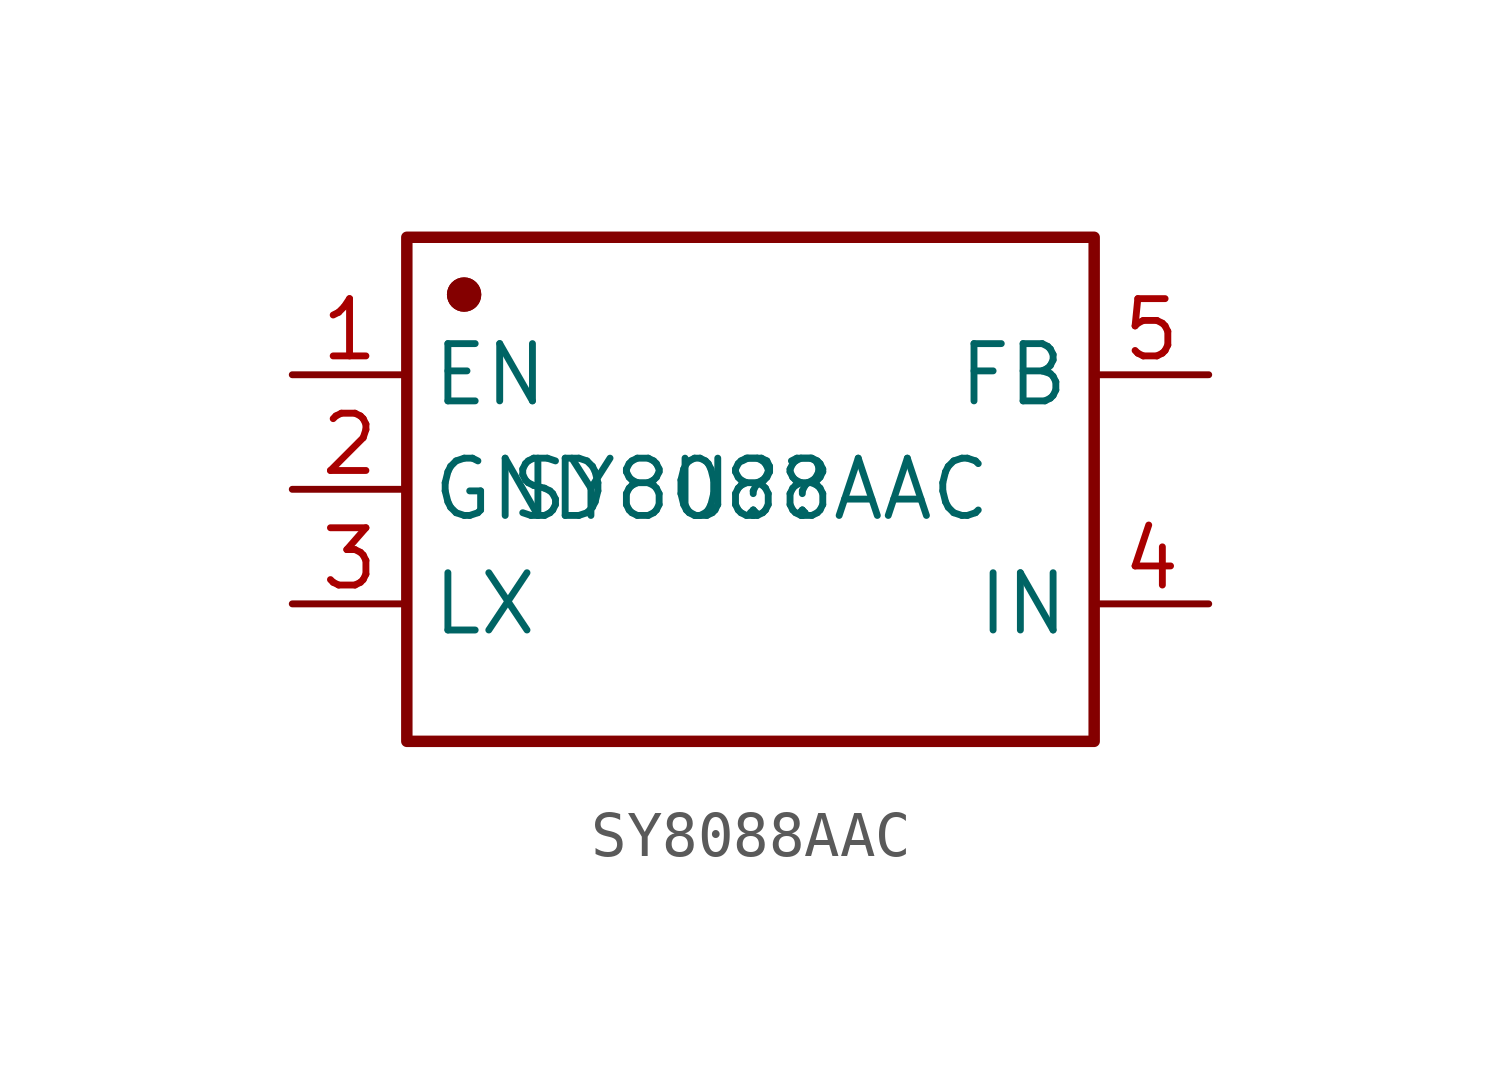
<source format=kicad_sym>
(kicad_symbol_lib
  (version 20241209)
  (generator "kicad_symbol_editor")
  (generator_version "9.0")
  (symbol "SY8088AAC"
    (property "Reference" "U?"
      (at 0 0 0)
      (effects (font (size 1.27 1.27))))
    (property "Value" "SY8088AAC"
      (at 0 0 0)
      (effects (font (size 1.27 1.27))))
    (symbol "SY8088AAC_0_0"
      (rectangle (start -7.62 5.588) (end 7.62 -5.588) (stroke (width 0.254) (type solid)) (fill (type none)))
      (circle (center -6.35 4.318) (radius 0.254) (stroke (width 0.254) (type solid)) (fill (type outline)))
      (circle (center -6.35 4.318) (radius 0.254) (stroke (width 0.254) (type solid)) (fill (type outline)))
      (pin unspecified line (at -10.16 2.54 0) (length 2.54) (name "EN" (effects (font (size 1.27 1.27)))) (number "1" (effects (font (size 1.27 1.27)))))
      (pin unspecified line (at -10.16 0 0) (length 2.54) (name "GND" (effects (font (size 1.27 1.27)))) (number "2" (effects (font (size 1.27 1.27)))))
      (pin unspecified line (at -10.16 -2.54 0) (length 2.54) (name "LX" (effects (font (size 1.27 1.27)))) (number "3" (effects (font (size 1.27 1.27)))))
      (pin unspecified line (at 10.16 2.54 180) (length 2.54) (name "FB" (effects (font (size 1.27 1.27)))) (number "5" (effects (font (size 1.27 1.27)))))
      (pin unspecified line (at 10.16 -2.54 180) (length 2.54) (name "IN" (effects (font (size 1.27 1.27)))) (number "4" (effects (font (size 1.27 1.27))))))))
</source>
